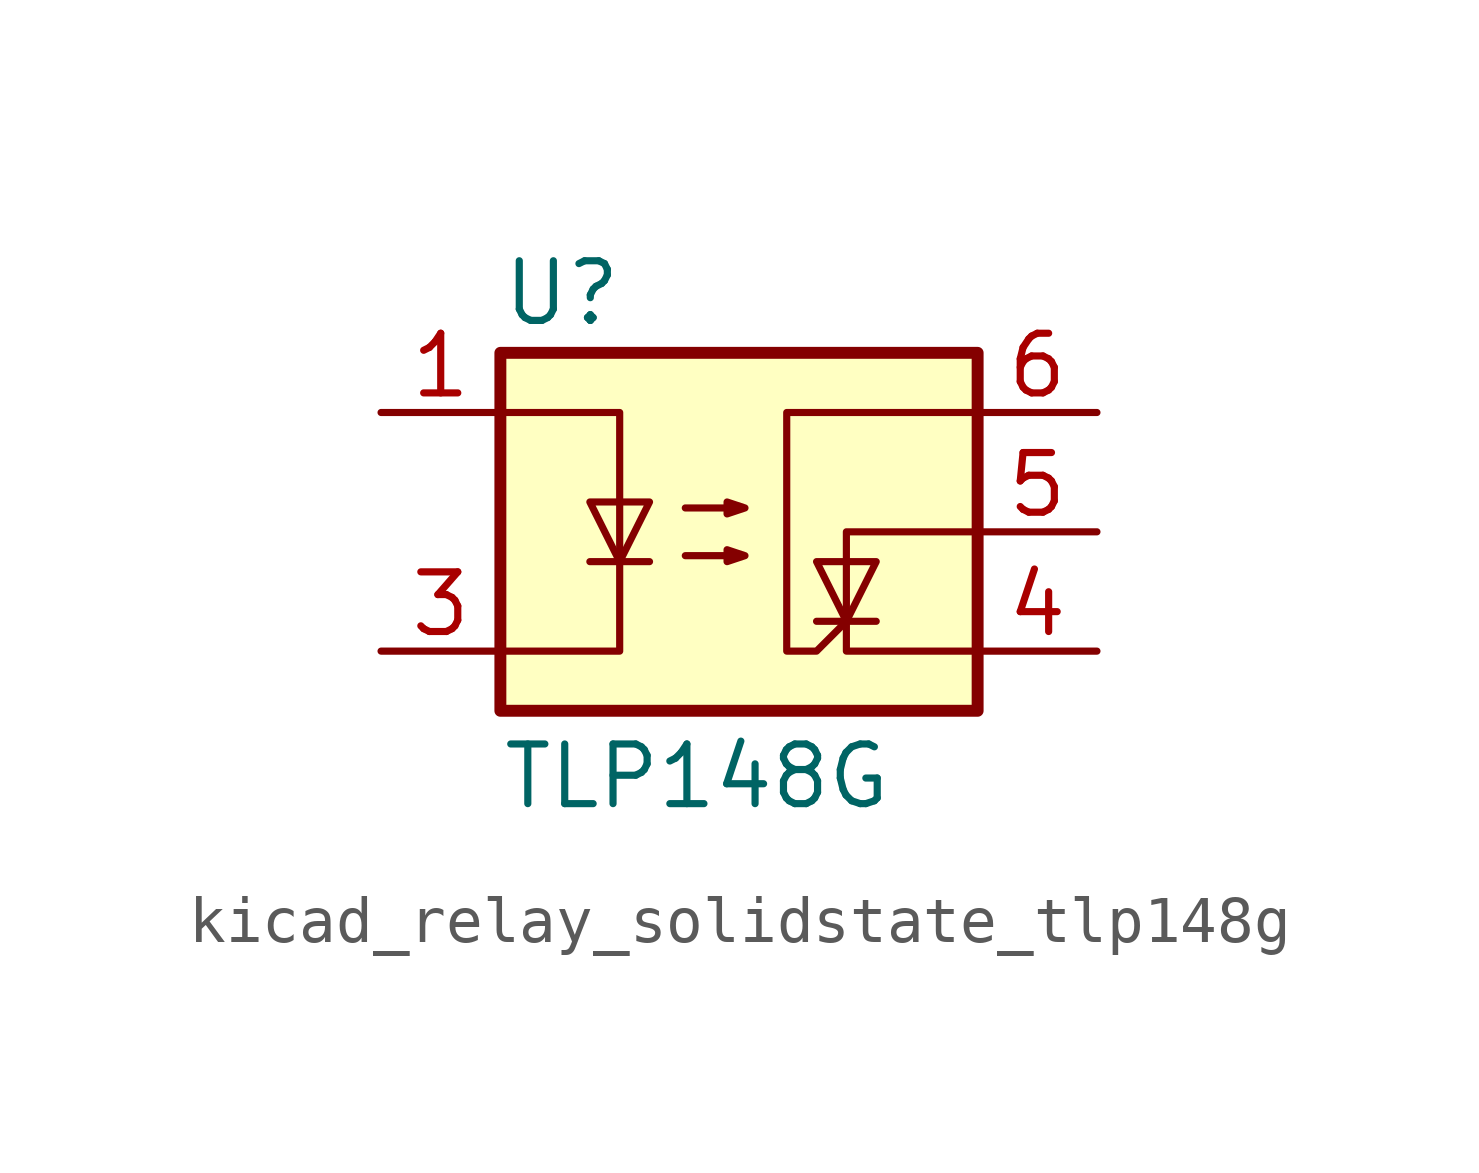
<source format=kicad_sym>
(kicad_symbol_lib
  (version 20220914)
  (generator kicad_symbol_editor)
  (symbol "kicad_relay_solidstate_tlp148g"
    (property "Reference" "U"
      (at -5.08 5.08 0)
      (effects (font (size 1.27 1.27)) (justify left)))
    (property "Value" "TLP148G"
      (at -5.08 -5.207 0)
      (effects (font (size 1.27 1.27)) (justify left)))
    (symbol "kicad_relay_solidstate_tlp148g_0_1"
      (rectangle (start -5.08 3.81) (end 5.08 -3.81) (stroke (width 0.254) (type default)) (fill (type background)))
      (polyline (pts (xy -3.175 -0.635) (xy -1.905 -0.635)) (stroke (width 0) (type default)) (fill (type none)))
      (polyline (pts (xy 1.651 -1.905) (xy 2.921 -1.905)) (stroke (width 0) (type default)) (fill (type none)))
      (polyline (pts (xy -5.08 2.54) (xy -2.54 2.54) (xy -2.54 -2.54) (xy -5.08 -2.54)) (stroke (width 0) (type default)) (fill (type none)))
      (polyline (pts (xy -2.54 -0.635) (xy -3.175 0.635) (xy -1.905 0.635) (xy -2.54 -0.635)) (stroke (width 0) (type default)) (fill (type none)))
      (polyline (pts (xy 2.921 -0.635) (xy 1.651 -0.635) (xy 2.286 -1.905) (xy 2.921 -0.635)) (stroke (width 0) (type default)) (fill (type none)))
      (polyline (pts (xy 5.08 0) (xy 2.286 0) (xy 2.286 -2.54) (xy 5.08 -2.54)) (stroke (width 0) (type default)) (fill (type none)))
      (polyline (pts (xy -1.143 -0.508) (xy 0.127 -0.508) (xy -0.254 -0.635) (xy -0.254 -0.381) (xy 0.127 -0.508)) (stroke (width 0) (type default)) (fill (type none)))
      (polyline (pts (xy -1.143 0.508) (xy 0.127 0.508) (xy -0.254 0.381) (xy -0.254 0.635) (xy 0.127 0.508)) (stroke (width 0) (type default)) (fill (type none)))
      (polyline (pts (xy 2.286 -1.905) (xy 1.651 -2.54) (xy 1.016 -2.54) (xy 1.016 2.54) (xy 5.08 2.54)) (stroke (width 0) (type default)) (fill (type none))))
    (symbol "kicad_relay_solidstate_tlp148g_1_1"
      (pin passive line (at -7.62 2.54 0) (length 2.54) (name "~" (effects (font (size 1.27 1.27)))) (number "1" (effects (font (size 1.27 1.27)))))
      (pin passive line (at -7.62 -2.54 0) (length 2.54) (name "~" (effects (font (size 1.27 1.27)))) (number "3" (effects (font (size 1.27 1.27)))))
      (pin passive line (at 7.62 -2.54 180) (length 2.54) (name "~" (effects (font (size 1.27 1.27)))) (number "4" (effects (font (size 1.27 1.27)))))
      (pin passive line (at 7.62 0 180) (length 2.54) (name "~" (effects (font (size 1.27 1.27)))) (number "5" (effects (font (size 1.27 1.27)))))
      (pin passive line (at 7.62 2.54 180) (length 2.54) (name "~" (effects (font (size 1.27 1.27)))) (number "6" (effects (font (size 1.27 1.27))))))))
</source>
